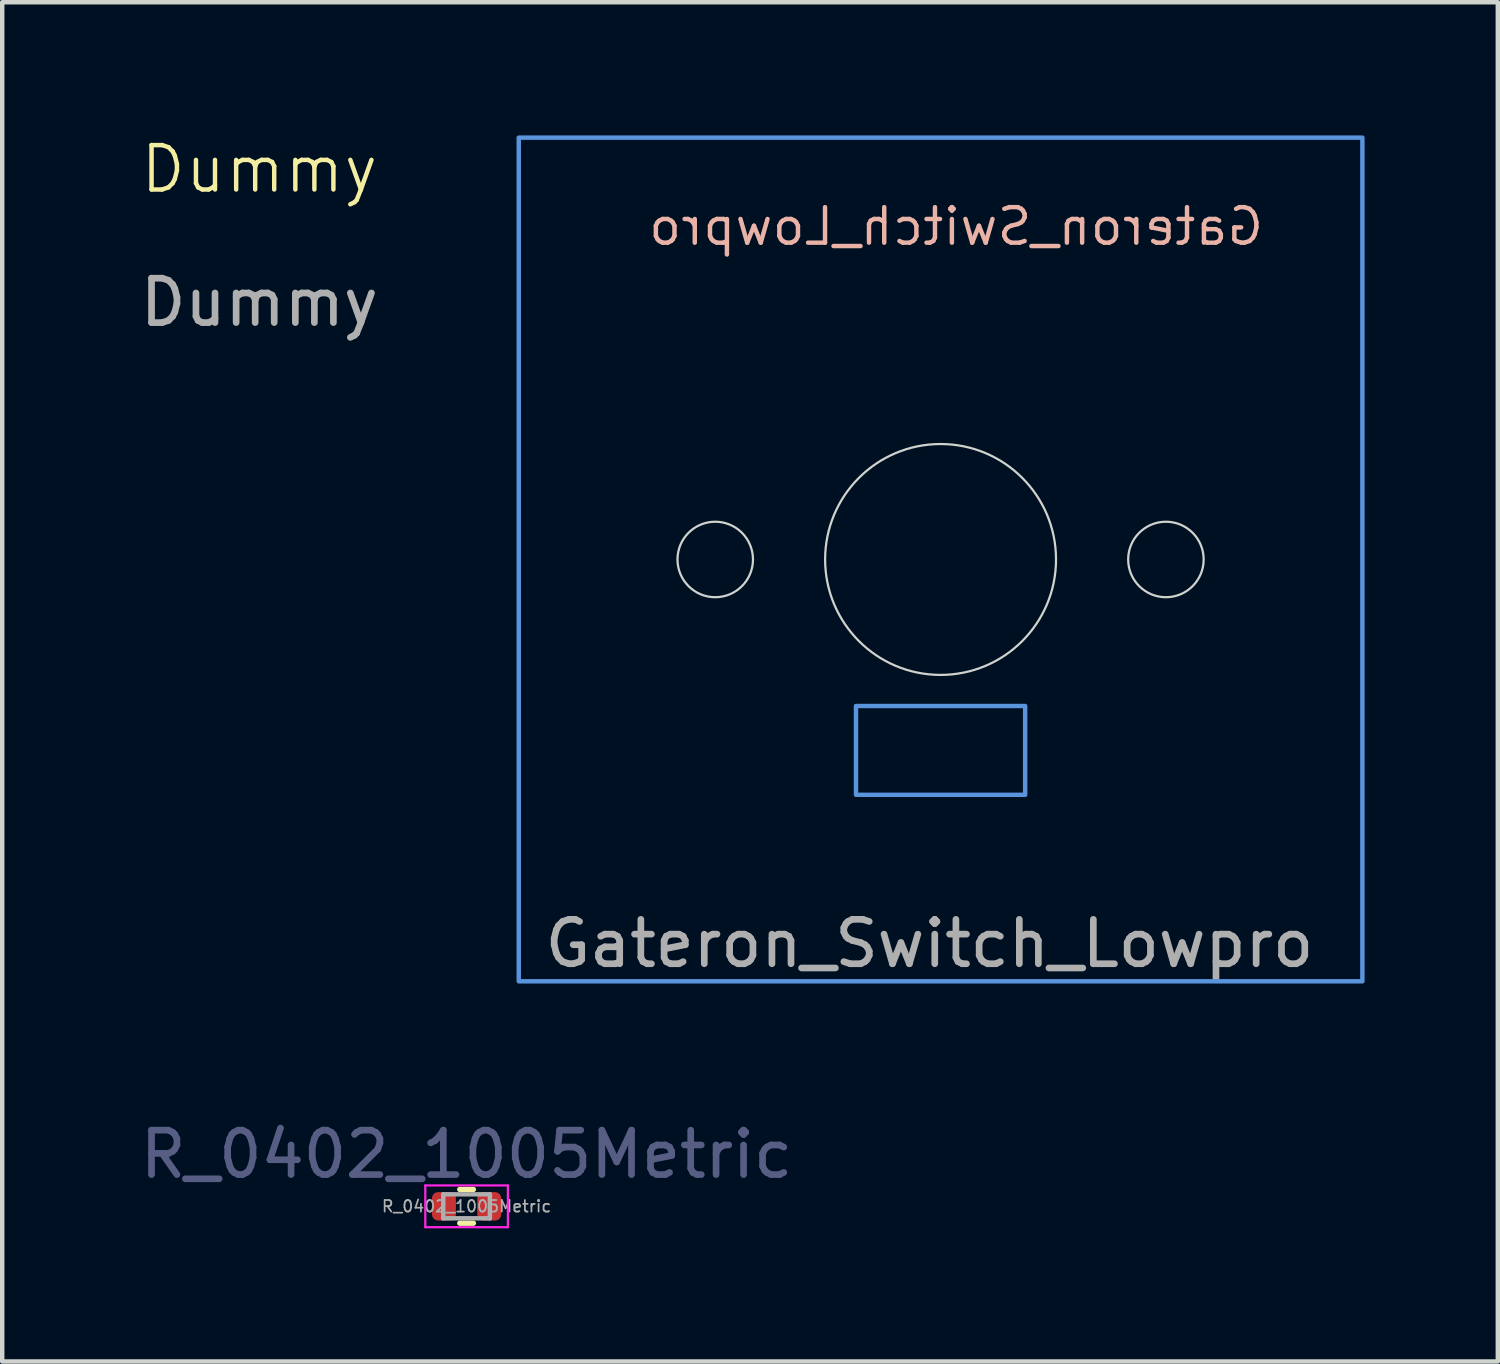
<source format=kicad_pcb>
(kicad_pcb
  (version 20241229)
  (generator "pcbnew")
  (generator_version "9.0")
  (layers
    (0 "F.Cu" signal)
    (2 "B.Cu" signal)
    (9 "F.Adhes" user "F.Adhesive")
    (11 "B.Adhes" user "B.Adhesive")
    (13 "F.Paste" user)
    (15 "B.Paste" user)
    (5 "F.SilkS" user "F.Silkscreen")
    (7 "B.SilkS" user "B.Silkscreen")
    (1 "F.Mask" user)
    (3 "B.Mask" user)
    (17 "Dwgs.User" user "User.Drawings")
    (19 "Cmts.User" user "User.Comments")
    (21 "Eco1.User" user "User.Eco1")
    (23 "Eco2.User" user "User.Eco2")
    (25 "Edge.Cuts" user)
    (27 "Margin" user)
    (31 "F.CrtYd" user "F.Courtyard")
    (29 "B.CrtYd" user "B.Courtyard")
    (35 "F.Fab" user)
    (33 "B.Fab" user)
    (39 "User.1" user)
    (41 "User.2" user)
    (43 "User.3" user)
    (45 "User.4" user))
  (footprint "R_0402_1005Metric"
    (layer "F.Cu")
    (at 7.458 24.118)
    (property "Reference" "R_0402_1005Metric" (at 0 -1.17 0) (layer "B.Fab") (effects (font (size 1 1) (thickness 0.15))))
    (attr smd)
    (fp_line (start -0.154 -0.38) (end 0.154 -0.38) (stroke (width 0.12) (type solid)) (layer "F.SilkS"))
    (fp_line (start -0.154 0.38) (end 0.154 0.38) (stroke (width 0.12) (type solid)) (layer "F.SilkS"))
    (fp_line (start -0.93 -0.47) (end 0.93 -0.47) (stroke (width 0.05) (type solid)) (layer "F.CrtYd"))
    (fp_line (start -0.93 0.47) (end -0.93 -0.47) (stroke (width 0.05) (type solid)) (layer "F.CrtYd"))
    (fp_line (start 0.93 -0.47) (end 0.93 0.47) (stroke (width 0.05) (type solid)) (layer "F.CrtYd"))
    (fp_line (start 0.93 0.47) (end -0.93 0.47) (stroke (width 0.05) (type solid)) (layer "F.CrtYd"))
    (fp_line (start -0.525 -0.27) (end 0.525 -0.27) (stroke (width 0.1) (type solid)) (layer "F.Fab"))
    (fp_line (start -0.525 0.27) (end -0.525 -0.27) (stroke (width 0.1) (type solid)) (layer "F.Fab"))
    (fp_line (start 0.525 -0.27) (end 0.525 0.27) (stroke (width 0.1) (type solid)) (layer "F.Fab"))
    (fp_line (start 0.525 0.27) (end -0.525 0.27) (stroke (width 0.1) (type solid)) (layer "F.Fab"))
    (fp_text user "${REFERENCE}" (at 0 0 0) (layer "F.Fab") (effects (font (size 0.26 0.26) (thickness 0.04))))
    (pad "1" smd roundrect (at -0.51 0) (size 0.54 0.64) (layers "F.Cu" "F.Mask" "F.Paste") (roundrect_rratio 0.25))
    (pad "2" smd roundrect (at 0.51 0) (size 0.54 0.64) (layers "F.Cu" "F.Mask" "F.Paste") (roundrect_rratio 0.25)))
  (footprint "Gateron_Switch_Lowpro"
    (layer "F.Cu")
    (at 18.133 9.55)
    (property "Reference" "Gateron_Switch_Lowpro" (at 0.35 -7.5 0) (unlocked yes) (layer "B.SilkS") (effects (font (size 0.8 0.8) (thickness 0.1)) (justify mirror)))
    (attr smd)
    (fp_rect (start -9.5 -9.5) (end 9.5 9.5) (stroke (width 0.1) (type solid)) (fill no) (layer "Cmts.User"))
    (fp_rect (start -1.905 3.3) (end 1.905 5.3) (stroke (width 0.1) (type solid)) (fill no) (layer "Cmts.User"))
    (fp_circle (center -5.075 0) (end -4.225 0) (stroke (width 0.05) (type solid)) (fill no) (layer "Edge.Cuts"))
    (fp_circle (center 0 0) (end 2.6 0) (stroke (width 0.05) (type solid)) (fill no) (layer "Edge.Cuts"))
    (fp_circle (center 5.075 0) (end 5.925 0) (stroke (width 0.05) (type solid)) (fill no) (layer "Edge.Cuts"))
    (fp_rect (start -2.5 -6) (end 2.5 -3.5) (stroke (width 0.1) (type solid)) (fill no) (layer "User.2"))
    (fp_line (start -7 -7) (end 7 -7) (stroke (width 0.1) (type solid)) (layer "User.4"))
    (fp_line (start -7 7) (end -7 -7) (stroke (width 0.1) (type solid)) (layer "User.4"))
    (fp_line (start 7 -7) (end 7 7) (stroke (width 0.1) (type solid)) (layer "User.4"))
    (fp_line (start 7 7) (end -7 7) (stroke (width 0.1) (type solid)) (layer "User.4"))
    (fp_text user "${REFERENCE}" (at -0.25 8.65 0) (unlocked yes) (layer "F.Fab") (effects (font (size 1 1) (thickness 0.15))))
    (zone (net_name "") (layers "F.Cu" "B.Cu") (hatch edge 0.5) (connect_pads) (min_thickness 0.25) (filled_areas_thickness no) (keepout (tracks allowed) (vias allowed) (pads allowed) (copperpour not_allowed) (footprints allowed)) (placement (enabled no)) (fill) (polygon (pts (xy 11.133 9.55) (xy 25.133 9.55) (xy 25.133 18.1) (xy 11.133 18.1))))
    (zone (net_name "") (layer "User.6") (hatch edge 0.5) (connect_pads) (min_thickness 0.25) (filled_areas_thickness no) (keepout (tracks allowed) (vias allowed) (pads allowed) (copperpour not_allowed) (footprints allowed)) (placement (enabled no)) (fill) (polygon (pts (xy 11.133 9.55) (xy 25.133 9.55) (xy 25.133 18.1) (xy 11.233 18.1)))))
  (footprint "Dummy"
    (layer "F.Cu")
    (at 2.792 1.26)
    (property "Reference" "Dummy" (at 0 -0.5 0) (unlocked yes) (layer "F.SilkS") (effects (font (size 1 1) (thickness 0.1))))
    (attr smd)
    (fp_line (start -1 -1) (end 1 -1) (stroke (width 0.1) (type default)) (layer "Margin"))
    (fp_line (start -1 1) (end -1 -1) (stroke (width 0.1) (type default)) (layer "Margin"))
    (fp_line (start 1 -1) (end 1 1) (stroke (width 0.1) (type default)) (layer "Margin"))
    (fp_line (start 1 1) (end -1 1) (stroke (width 0.1) (type default)) (layer "Margin"))
    (fp_text user "${REFERENCE}" (at 0 2.5 0) (unlocked yes) (layer "F.Fab") (effects (font (size 1 1) (thickness 0.15)))))
  (gr_rect
    (start -3 -3)
    (end 30.683 27.613)
    (stroke (width 0.1) (type default))
    (fill no)
    (layer "Edge.Cuts")))
</source>
